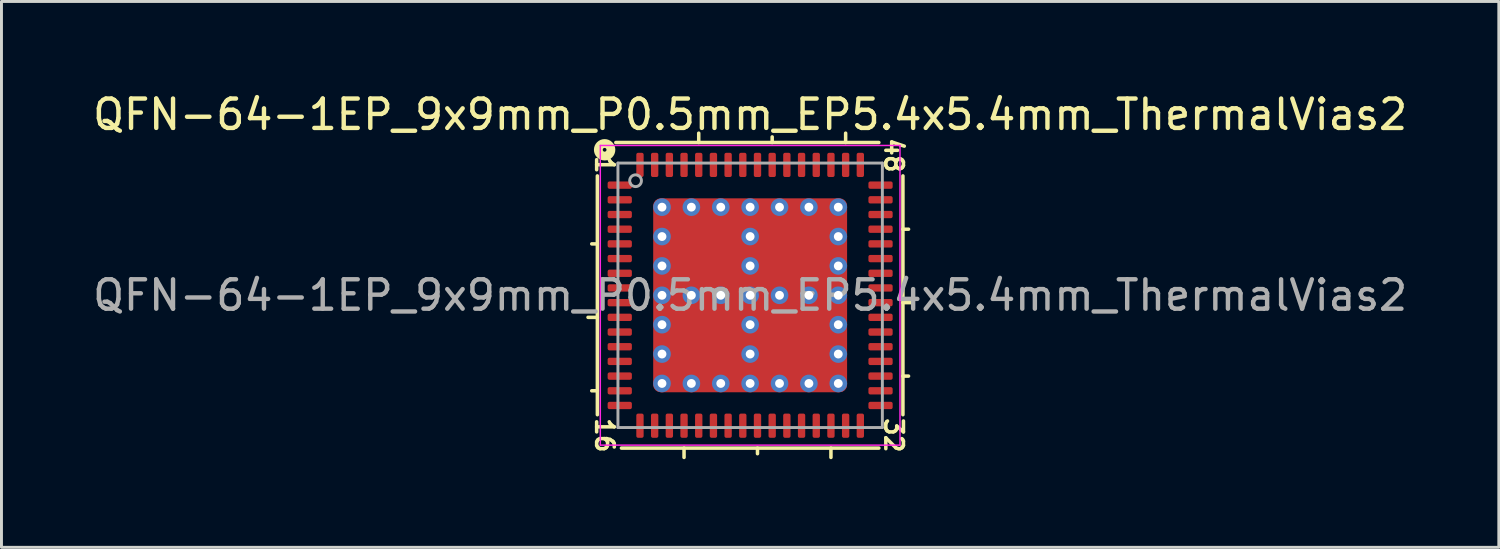
<source format=kicad_pcb>
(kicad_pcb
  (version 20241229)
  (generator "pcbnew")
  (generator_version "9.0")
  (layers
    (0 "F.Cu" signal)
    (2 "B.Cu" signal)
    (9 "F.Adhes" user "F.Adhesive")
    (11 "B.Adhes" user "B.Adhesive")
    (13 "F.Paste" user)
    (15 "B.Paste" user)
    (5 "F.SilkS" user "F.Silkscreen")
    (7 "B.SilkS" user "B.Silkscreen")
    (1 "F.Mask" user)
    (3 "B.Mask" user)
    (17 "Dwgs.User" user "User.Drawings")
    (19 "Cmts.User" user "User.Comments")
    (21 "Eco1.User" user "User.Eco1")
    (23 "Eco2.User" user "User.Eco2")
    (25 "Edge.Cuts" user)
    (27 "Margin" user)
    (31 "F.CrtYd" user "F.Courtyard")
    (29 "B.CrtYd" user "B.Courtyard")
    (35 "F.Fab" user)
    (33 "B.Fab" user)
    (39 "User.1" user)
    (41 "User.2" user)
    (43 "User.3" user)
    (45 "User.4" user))
  (footprint "QFN-64-1EP_9x9mm_P0.5mm_EP5.4x5.4mm_ThermalVias2"
    (layer "F.Cu")
    (at 22.482 7.001)
    (property "Reference" "QFN-64-1EP_9x9mm_P0.5mm_EP5.4x5.4mm_ThermalVias2" (at 0 -6.152 0) (layer "F.SilkS") (effects (font (size 1 1) (thickness 0.15))))
    (attr smd)
    (fp_line (start -5.2 -4.064) (end -5.2 4.064) (stroke (width 0.12) (type solid)) (layer "F.SilkS"))
    (fp_line (start -5.2 -1.75) (end -5.391 -1.75) (stroke (width 0.12) (type solid)) (layer "F.SilkS"))
    (fp_line (start -5.2 0.75) (end -5.518 0.75) (stroke (width 0.12) (type solid)) (layer "F.SilkS"))
    (fp_line (start -5.2 3.25) (end -5.391 3.25) (stroke (width 0.12) (type solid)) (layer "F.SilkS"))
    (fp_line (start -4.381 5.2) (end 4.381 5.2) (stroke (width 0.12) (type solid)) (layer "F.SilkS"))
    (fp_line (start -2.25 5.2) (end -2.25 5.518) (stroke (width 0.12) (type solid)) (layer "F.SilkS"))
    (fp_line (start -1.75 -5.2) (end -1.75 -5.518) (stroke (width 0.12) (type solid)) (layer "F.SilkS"))
    (fp_line (start 0.25 5.2) (end 0.25 5.391) (stroke (width 0.12) (type solid)) (layer "F.SilkS"))
    (fp_line (start 0.75 -5.2) (end 0.75 -5.391) (stroke (width 0.12) (type solid)) (layer "F.SilkS"))
    (fp_line (start 2.75 5.2) (end 2.75 5.518) (stroke (width 0.12) (type solid)) (layer "F.SilkS"))
    (fp_line (start 3.25 -5.2) (end 3.25 -5.518) (stroke (width 0.12) (type solid)) (layer "F.SilkS"))
    (fp_line (start 4.381 -5.2) (end -4.572 -5.2) (stroke (width 0.12) (type solid)) (layer "F.SilkS"))
    (fp_line (start 5.2 -2.25) (end 5.391 -2.25) (stroke (width 0.12) (type solid)) (layer "F.SilkS"))
    (fp_line (start 5.2 0.25) (end 5.518 0.25) (stroke (width 0.12) (type solid)) (layer "F.SilkS"))
    (fp_line (start 5.2 2.75) (end 5.391 2.75) (stroke (width 0.12) (type solid)) (layer "F.SilkS"))
    (fp_line (start 5.2 4.064) (end 5.2 -4.064) (stroke (width 0.12) (type solid)) (layer "F.SilkS"))
    (fp_circle (center -4.953 -4.953) (end -4.889 -4.953) (stroke (width 0.3) (type solid)) (fill no) (layer "F.SilkS"))
    (fp_line (start -5.1 -5.1) (end -5.1 5.1) (stroke (width 0.05) (type solid)) (layer "F.CrtYd"))
    (fp_line (start -5.1 5.1) (end 5.1 5.1) (stroke (width 0.05) (type solid)) (layer "F.CrtYd"))
    (fp_line (start 5.1 -5.1) (end -5.1 -5.1) (stroke (width 0.05) (type solid)) (layer "F.CrtYd"))
    (fp_line (start 5.1 5.1) (end 5.1 -5.1) (stroke (width 0.05) (type solid)) (layer "F.CrtYd"))
    (fp_line (start -4.5 -4.5) (end 4.5 -4.5) (stroke (width 0.1) (type solid)) (layer "F.Fab"))
    (fp_line (start -4.5 4.5) (end -4.5 -4.5) (stroke (width 0.1) (type solid)) (layer "F.Fab"))
    (fp_line (start 4.5 -4.5) (end 4.5 4.5) (stroke (width 0.1) (type solid)) (layer "F.Fab"))
    (fp_line (start 4.5 4.5) (end -4.5 4.5) (stroke (width 0.1) (type solid)) (layer "F.Fab"))
    (fp_circle (center -3.9 -3.9) (end -3.7 -3.9) (stroke (width 0.1) (type solid)) (fill no) (layer "F.Fab"))
    (fp_text user "48" (at 4.889 -4.763 270) (unlocked yes) (layer "F.SilkS") (effects (font (size 0.6 0.6) (thickness 0.12))))
    (fp_text user "1" (at -4.953 -4.445 270) (unlocked yes) (layer "F.SilkS") (effects (font (size 0.6 0.6) (thickness 0.12))))
    (fp_text user "32" (at 4.889 4.763 270) (unlocked yes) (layer "F.SilkS") (effects (font (size 0.6 0.6) (thickness 0.12))))
    (fp_text user "16" (at -4.953 4.763 270) (unlocked yes) (layer "F.SilkS") (effects (font (size 0.6 0.6) (thickness 0.12))))
    (fp_text user "${REFERENCE}" (at 0 0 0) (layer "F.Fab") (effects (font (size 1 1) (thickness 0.15))))
    (pad "" smd roundrect (at -2.05 -2.05) (size 0.9 0.9) (layers "F.Paste") (roundrect_rratio 0.25))
    (pad "" smd roundrect (at -2.05 -0.95) (size 0.9 0.9) (layers "F.Paste") (roundrect_rratio 0.25))
    (pad "" smd roundrect (at -2.05 0.95) (size 0.9 0.9) (layers "F.Paste") (roundrect_rratio 0.25))
    (pad "" smd roundrect (at -2.05 2.05) (size 0.9 0.9) (layers "F.Paste") (roundrect_rratio 0.25))
    (pad "" smd roundrect (at -1.5 -1.5 270) (size 2.4 2.4) (layers "F.Mask") (roundrect_rratio 0.104))
    (pad "" smd roundrect (at -1.5 1.5 270) (size 2.4 2.4) (layers "F.Mask") (roundrect_rratio 0.104))
    (pad "" smd roundrect (at -0.95 -2.05) (size 0.9 0.9) (layers "F.Paste") (roundrect_rratio 0.25))
    (pad "" smd roundrect (at -0.95 -0.95) (size 0.9 0.9) (layers "F.Paste") (roundrect_rratio 0.25))
    (pad "" smd roundrect (at -0.95 0.95) (size 0.9 0.9) (layers "F.Paste") (roundrect_rratio 0.25))
    (pad "" smd roundrect (at -0.95 2.05) (size 0.9 0.9) (layers "F.Paste") (roundrect_rratio 0.25))
    (pad "" smd roundrect (at 0.95 -2.05) (size 0.9 0.9) (layers "F.Paste") (roundrect_rratio 0.25))
    (pad "" smd roundrect (at 0.95 -0.95) (size 0.9 0.9) (layers "F.Paste") (roundrect_rratio 0.25))
    (pad "" smd roundrect (at 0.95 0.95) (size 0.9 0.9) (layers "F.Paste") (roundrect_rratio 0.25))
    (pad "" smd roundrect (at 0.95 2.05) (size 0.9 0.9) (layers "F.Paste") (roundrect_rratio 0.25))
    (pad "" smd roundrect (at 1.5 -1.5 270) (size 2.4 2.4) (layers "F.Mask") (roundrect_rratio 0.104))
    (pad "" smd roundrect (at 1.5 1.5 270) (size 2.4 2.4) (layers "F.Mask") (roundrect_rratio 0.104))
    (pad "" smd roundrect (at 2.05 -2.05) (size 0.9 0.9) (layers "F.Paste") (roundrect_rratio 0.25))
    (pad "" smd roundrect (at 2.05 -0.95) (size 0.9 0.9) (layers "F.Paste") (roundrect_rratio 0.25))
    (pad "" smd roundrect (at 2.05 0.95) (size 0.9 0.9) (layers "F.Paste") (roundrect_rratio 0.25))
    (pad "" smd roundrect (at 2.05 2.05) (size 0.9 0.9) (layers "F.Paste") (roundrect_rratio 0.25))
    (pad "1" smd roundrect (at -4.438 -3.75) (size 0.825 0.25) (layers "F.Cu" "F.Mask" "F.Paste") (roundrect_rratio 0.25))
    (pad "2" smd roundrect (at -4.438 -3.25) (size 0.825 0.25) (layers "F.Cu" "F.Mask" "F.Paste") (roundrect_rratio 0.25))
    (pad "3" smd roundrect (at -4.438 -2.75) (size 0.825 0.25) (layers "F.Cu" "F.Mask" "F.Paste") (roundrect_rratio 0.25))
    (pad "4" smd roundrect (at -4.438 -2.25) (size 0.825 0.25) (layers "F.Cu" "F.Mask" "F.Paste") (roundrect_rratio 0.25))
    (pad "5" smd roundrect (at -4.438 -1.75) (size 0.825 0.25) (layers "F.Cu" "F.Mask" "F.Paste") (roundrect_rratio 0.25))
    (pad "6" smd roundrect (at -4.438 -1.25) (size 0.825 0.25) (layers "F.Cu" "F.Mask" "F.Paste") (roundrect_rratio 0.25))
    (pad "7" smd roundrect (at -4.438 -0.75) (size 0.825 0.25) (layers "F.Cu" "F.Mask" "F.Paste") (roundrect_rratio 0.25))
    (pad "8" smd roundrect (at -4.438 -0.25) (size 0.825 0.25) (layers "F.Cu" "F.Mask" "F.Paste") (roundrect_rratio 0.25))
    (pad "9" smd roundrect (at -4.438 0.25) (size 0.825 0.25) (layers "F.Cu" "F.Mask" "F.Paste") (roundrect_rratio 0.25))
    (pad "10" smd roundrect (at -4.438 0.75) (size 0.825 0.25) (layers "F.Cu" "F.Mask" "F.Paste") (roundrect_rratio 0.25))
    (pad "11" smd roundrect (at -4.438 1.25) (size 0.825 0.25) (layers "F.Cu" "F.Mask" "F.Paste") (roundrect_rratio 0.25))
    (pad "12" smd roundrect (at -4.438 1.75) (size 0.825 0.25) (layers "F.Cu" "F.Mask" "F.Paste") (roundrect_rratio 0.25))
    (pad "13" smd roundrect (at -4.438 2.25) (size 0.825 0.25) (layers "F.Cu" "F.Mask" "F.Paste") (roundrect_rratio 0.25))
    (pad "14" smd roundrect (at -4.438 2.75) (size 0.825 0.25) (layers "F.Cu" "F.Mask" "F.Paste") (roundrect_rratio 0.25))
    (pad "15" smd roundrect (at -4.438 3.25) (size 0.825 0.25) (layers "F.Cu" "F.Mask" "F.Paste") (roundrect_rratio 0.25))
    (pad "16" smd roundrect (at -4.438 3.75) (size 0.825 0.25) (layers "F.Cu" "F.Mask" "F.Paste") (roundrect_rratio 0.25))
    (pad "17" smd roundrect (at -3.75 4.438) (size 0.25 0.825) (layers "F.Cu" "F.Mask" "F.Paste") (roundrect_rratio 0.25))
    (pad "18" smd roundrect (at -3.25 4.438) (size 0.25 0.825) (layers "F.Cu" "F.Mask" "F.Paste") (roundrect_rratio 0.25))
    (pad "19" smd roundrect (at -2.75 4.438) (size 0.25 0.825) (layers "F.Cu" "F.Mask" "F.Paste") (roundrect_rratio 0.25))
    (pad "20" smd roundrect (at -2.25 4.438) (size 0.25 0.825) (layers "F.Cu" "F.Mask" "F.Paste") (roundrect_rratio 0.25))
    (pad "21" smd roundrect (at -1.75 4.438) (size 0.25 0.825) (layers "F.Cu" "F.Mask" "F.Paste") (roundrect_rratio 0.25))
    (pad "22" smd roundrect (at -1.25 4.438) (size 0.25 0.825) (layers "F.Cu" "F.Mask" "F.Paste") (roundrect_rratio 0.25))
    (pad "23" smd roundrect (at -0.75 4.438) (size 0.25 0.825) (layers "F.Cu" "F.Mask" "F.Paste") (roundrect_rratio 0.25))
    (pad "24" smd roundrect (at -0.25 4.438) (size 0.25 0.825) (layers "F.Cu" "F.Mask" "F.Paste") (roundrect_rratio 0.25))
    (pad "25" smd roundrect (at 0.25 4.438) (size 0.25 0.825) (layers "F.Cu" "F.Mask" "F.Paste") (roundrect_rratio 0.25))
    (pad "26" smd roundrect (at 0.75 4.438) (size 0.25 0.825) (layers "F.Cu" "F.Mask" "F.Paste") (roundrect_rratio 0.25))
    (pad "27" smd roundrect (at 1.25 4.438) (size 0.25 0.825) (layers "F.Cu" "F.Mask" "F.Paste") (roundrect_rratio 0.25))
    (pad "28" smd roundrect (at 1.75 4.438) (size 0.25 0.825) (layers "F.Cu" "F.Mask" "F.Paste") (roundrect_rratio 0.25))
    (pad "29" smd roundrect (at 2.25 4.438) (size 0.25 0.825) (layers "F.Cu" "F.Mask" "F.Paste") (roundrect_rratio 0.25))
    (pad "30" smd roundrect (at 2.75 4.438) (size 0.25 0.825) (layers "F.Cu" "F.Mask" "F.Paste") (roundrect_rratio 0.25))
    (pad "31" smd roundrect (at 3.25 4.438) (size 0.25 0.825) (layers "F.Cu" "F.Mask" "F.Paste") (roundrect_rratio 0.25))
    (pad "32" smd roundrect (at 3.75 4.438) (size 0.25 0.825) (layers "F.Cu" "F.Mask" "F.Paste") (roundrect_rratio 0.25))
    (pad "33" smd roundrect (at 4.438 3.75) (size 0.825 0.25) (layers "F.Cu" "F.Mask" "F.Paste") (roundrect_rratio 0.25))
    (pad "34" smd roundrect (at 4.438 3.25) (size 0.825 0.25) (layers "F.Cu" "F.Mask" "F.Paste") (roundrect_rratio 0.25))
    (pad "35" smd roundrect (at 4.438 2.75) (size 0.825 0.25) (layers "F.Cu" "F.Mask" "F.Paste") (roundrect_rratio 0.25))
    (pad "36" smd roundrect (at 4.438 2.25) (size 0.825 0.25) (layers "F.Cu" "F.Mask" "F.Paste") (roundrect_rratio 0.25))
    (pad "37" smd roundrect (at 4.438 1.75) (size 0.825 0.25) (layers "F.Cu" "F.Mask" "F.Paste") (roundrect_rratio 0.25))
    (pad "38" smd roundrect (at 4.438 1.25) (size 0.825 0.25) (layers "F.Cu" "F.Mask" "F.Paste") (roundrect_rratio 0.25))
    (pad "39" smd roundrect (at 4.438 0.75) (size 0.825 0.25) (layers "F.Cu" "F.Mask" "F.Paste") (roundrect_rratio 0.25))
    (pad "40" smd roundrect (at 4.438 0.25) (size 0.825 0.25) (layers "F.Cu" "F.Mask" "F.Paste") (roundrect_rratio 0.25))
    (pad "41" smd roundrect (at 4.438 -0.25) (size 0.825 0.25) (layers "F.Cu" "F.Mask" "F.Paste") (roundrect_rratio 0.25))
    (pad "42" smd roundrect (at 4.438 -0.75) (size 0.825 0.25) (layers "F.Cu" "F.Mask" "F.Paste") (roundrect_rratio 0.25))
    (pad "43" smd roundrect (at 4.438 -1.25) (size 0.825 0.25) (layers "F.Cu" "F.Mask" "F.Paste") (roundrect_rratio 0.25))
    (pad "44" smd roundrect (at 4.438 -1.75) (size 0.825 0.25) (layers "F.Cu" "F.Mask" "F.Paste") (roundrect_rratio 0.25))
    (pad "45" smd roundrect (at 4.438 -2.25) (size 0.825 0.25) (layers "F.Cu" "F.Mask" "F.Paste") (roundrect_rratio 0.25))
    (pad "46" smd roundrect (at 4.438 -2.75) (size 0.825 0.25) (layers "F.Cu" "F.Mask" "F.Paste") (roundrect_rratio 0.25))
    (pad "47" smd roundrect (at 4.438 -3.25) (size 0.825 0.25) (layers "F.Cu" "F.Mask" "F.Paste") (roundrect_rratio 0.25))
    (pad "48" smd roundrect (at 4.438 -3.75) (size 0.825 0.25) (layers "F.Cu" "F.Mask" "F.Paste") (roundrect_rratio 0.25))
    (pad "49" smd roundrect (at 3.75 -4.438) (size 0.25 0.825) (layers "F.Cu" "F.Mask" "F.Paste") (roundrect_rratio 0.25))
    (pad "50" smd roundrect (at 3.25 -4.438) (size 0.25 0.825) (layers "F.Cu" "F.Mask" "F.Paste") (roundrect_rratio 0.25))
    (pad "51" smd roundrect (at 2.75 -4.438) (size 0.25 0.825) (layers "F.Cu" "F.Mask" "F.Paste") (roundrect_rratio 0.25))
    (pad "52" smd roundrect (at 2.25 -4.438) (size 0.25 0.825) (layers "F.Cu" "F.Mask" "F.Paste") (roundrect_rratio 0.25))
    (pad "53" smd roundrect (at 1.75 -4.438) (size 0.25 0.825) (layers "F.Cu" "F.Mask" "F.Paste") (roundrect_rratio 0.25))
    (pad "54" smd roundrect (at 1.25 -4.438) (size 0.25 0.825) (layers "F.Cu" "F.Mask" "F.Paste") (roundrect_rratio 0.25))
    (pad "55" smd roundrect (at 0.75 -4.438) (size 0.25 0.825) (layers "F.Cu" "F.Mask" "F.Paste") (roundrect_rratio 0.25))
    (pad "56" smd roundrect (at 0.25 -4.438) (size 0.25 0.825) (layers "F.Cu" "F.Mask" "F.Paste") (roundrect_rratio 0.25))
    (pad "57" smd roundrect (at -0.25 -4.438) (size 0.25 0.825) (layers "F.Cu" "F.Mask" "F.Paste") (roundrect_rratio 0.25))
    (pad "58" smd roundrect (at -0.75 -4.438) (size 0.25 0.825) (layers "F.Cu" "F.Mask" "F.Paste") (roundrect_rratio 0.25))
    (pad "59" smd roundrect (at -1.25 -4.438) (size 0.25 0.825) (layers "F.Cu" "F.Mask" "F.Paste") (roundrect_rratio 0.25))
    (pad "60" smd roundrect (at -1.75 -4.438) (size 0.25 0.825) (layers "F.Cu" "F.Mask" "F.Paste") (roundrect_rratio 0.25))
    (pad "61" smd roundrect (at -2.25 -4.438) (size 0.25 0.825) (layers "F.Cu" "F.Mask" "F.Paste") (roundrect_rratio 0.25))
    (pad "62" smd roundrect (at -2.75 -4.438) (size 0.25 0.825) (layers "F.Cu" "F.Mask" "F.Paste") (roundrect_rratio 0.25))
    (pad "63" smd roundrect (at -3.25 -4.438) (size 0.25 0.825) (layers "F.Cu" "F.Mask" "F.Paste") (roundrect_rratio 0.25))
    (pad "64" smd roundrect (at -3.75 -4.438) (size 0.25 0.825) (layers "F.Cu" "F.Mask" "F.Paste") (roundrect_rratio 0.25))
    (pad "65" thru_hole circle (at -3 -3 180) (size 0.6 0.6) (drill 0.3) (property pad_prop_heatsink) (layers "*.Cu" "*.Mask"))
    (pad "65" thru_hole circle (at -3 -2 180) (size 0.6 0.6) (drill 0.3) (property pad_prop_heatsink) (layers "*.Cu" "*.Mask"))
    (pad "65" thru_hole circle (at -3 -1 180) (size 0.6 0.6) (drill 0.3) (property pad_prop_heatsink) (layers "*.Cu" "*.Mask"))
    (pad "65" thru_hole circle (at -3 0 180) (size 0.6 0.6) (drill 0.3) (property pad_prop_heatsink) (layers "*.Cu" "*.Mask"))
    (pad "65" thru_hole circle (at -3 1 180) (size 0.6 0.6) (drill 0.3) (property pad_prop_heatsink) (layers "*.Cu" "*.Mask"))
    (pad "65" thru_hole circle (at -3 2 180) (size 0.6 0.6) (drill 0.3) (property pad_prop_heatsink) (layers "*.Cu" "*.Mask"))
    (pad "65" thru_hole circle (at -3 3 180) (size 0.6 0.6) (drill 0.3) (property pad_prop_heatsink) (layers "*.Cu" "*.Mask"))
    (pad "65" thru_hole circle (at -2 -3 180) (size 0.6 0.6) (drill 0.3) (property pad_prop_heatsink) (layers "*.Cu" "*.Mask"))
    (pad "65" thru_hole circle (at -2 0 180) (size 0.6 0.6) (drill 0.3) (property pad_prop_heatsink) (layers "*.Cu" "*.Mask"))
    (pad "65" thru_hole circle (at -2 3 180) (size 0.6 0.6) (drill 0.3) (property pad_prop_heatsink) (layers "*.Cu" "*.Mask"))
    (pad "65" thru_hole circle (at -1 -3 180) (size 0.6 0.6) (drill 0.3) (property pad_prop_heatsink) (layers "*.Cu" "*.Mask"))
    (pad "65" thru_hole circle (at -1 0 180) (size 0.6 0.6) (drill 0.3) (property pad_prop_heatsink) (layers "*.Cu" "*.Mask"))
    (pad "65" thru_hole circle (at -1 3 180) (size 0.6 0.6) (drill 0.3) (property pad_prop_heatsink) (layers "*.Cu" "*.Mask"))
    (pad "65" thru_hole circle (at 0 -3 180) (size 0.6 0.6) (drill 0.3) (property pad_prop_heatsink) (layers "*.Cu" "*.Mask"))
    (pad "65" thru_hole circle (at 0 -2 180) (size 0.6 0.6) (drill 0.3) (property pad_prop_heatsink) (layers "*.Cu" "*.Mask"))
    (pad "65" thru_hole circle (at 0 -1 180) (size 0.6 0.6) (drill 0.3) (property pad_prop_heatsink) (layers "*.Cu" "*.Mask"))
    (pad "65" thru_hole circle (at 0 0 180) (size 0.6 0.6) (drill 0.3) (property pad_prop_heatsink) (layers "*.Cu" "*.Mask"))
    (pad "65" smd roundrect (at 0 0) (size 6.6 6.6) (layers "F.Cu") (roundrect_rratio 0.038))
    (pad "65" thru_hole circle (at 0 1 180) (size 0.6 0.6) (drill 0.3) (property pad_prop_heatsink) (layers "*.Cu" "*.Mask"))
    (pad "65" thru_hole circle (at 0 2 180) (size 0.6 0.6) (drill 0.3) (property pad_prop_heatsink) (layers "*.Cu" "*.Mask"))
    (pad "65" thru_hole circle (at 0 3 180) (size 0.6 0.6) (drill 0.3) (property pad_prop_heatsink) (layers "*.Cu" "*.Mask"))
    (pad "65" thru_hole circle (at 1 -3 180) (size 0.6 0.6) (drill 0.3) (property pad_prop_heatsink) (layers "*.Cu" "*.Mask"))
    (pad "65" thru_hole circle (at 1 0 180) (size 0.6 0.6) (drill 0.3) (property pad_prop_heatsink) (layers "*.Cu" "*.Mask"))
    (pad "65" thru_hole circle (at 1 3 180) (size 0.6 0.6) (drill 0.3) (property pad_prop_heatsink) (layers "*.Cu" "*.Mask"))
    (pad "65" thru_hole circle (at 2 -3 180) (size 0.6 0.6) (drill 0.3) (property pad_prop_heatsink) (layers "*.Cu" "*.Mask"))
    (pad "65" thru_hole circle (at 2 0 180) (size 0.6 0.6) (drill 0.3) (property pad_prop_heatsink) (layers "*.Cu" "*.Mask"))
    (pad "65" thru_hole circle (at 2 3 180) (size 0.6 0.6) (drill 0.3) (property pad_prop_heatsink) (layers "*.Cu" "*.Mask"))
    (pad "65" thru_hole circle (at 3 -3 180) (size 0.6 0.6) (drill 0.3) (property pad_prop_heatsink) (layers "*.Cu" "*.Mask"))
    (pad "65" thru_hole circle (at 3 -2 180) (size 0.6 0.6) (drill 0.3) (property pad_prop_heatsink) (layers "*.Cu" "*.Mask"))
    (pad "65" thru_hole circle (at 3 -1 180) (size 0.6 0.6) (drill 0.3) (property pad_prop_heatsink) (layers "*.Cu" "*.Mask"))
    (pad "65" thru_hole circle (at 3 0 180) (size 0.6 0.6) (drill 0.3) (property pad_prop_heatsink) (layers "*.Cu" "*.Mask"))
    (pad "65" thru_hole circle (at 3 1 180) (size 0.6 0.6) (drill 0.3) (property pad_prop_heatsink) (layers "*.Cu" "*.Mask"))
    (pad "65" thru_hole circle (at 3 2 180) (size 0.6 0.6) (drill 0.3) (property pad_prop_heatsink) (layers "*.Cu" "*.Mask"))
    (pad "65" thru_hole circle (at 3 3 180) (size 0.6 0.6) (drill 0.3) (property pad_prop_heatsink) (layers "*.Cu" "*.Mask")))
  (gr_rect
    (start -3 -3)
    (end 47.964 15.578)
    (stroke (width 0.1) (type default))
    (fill no)
    (layer "Edge.Cuts")))
</source>
